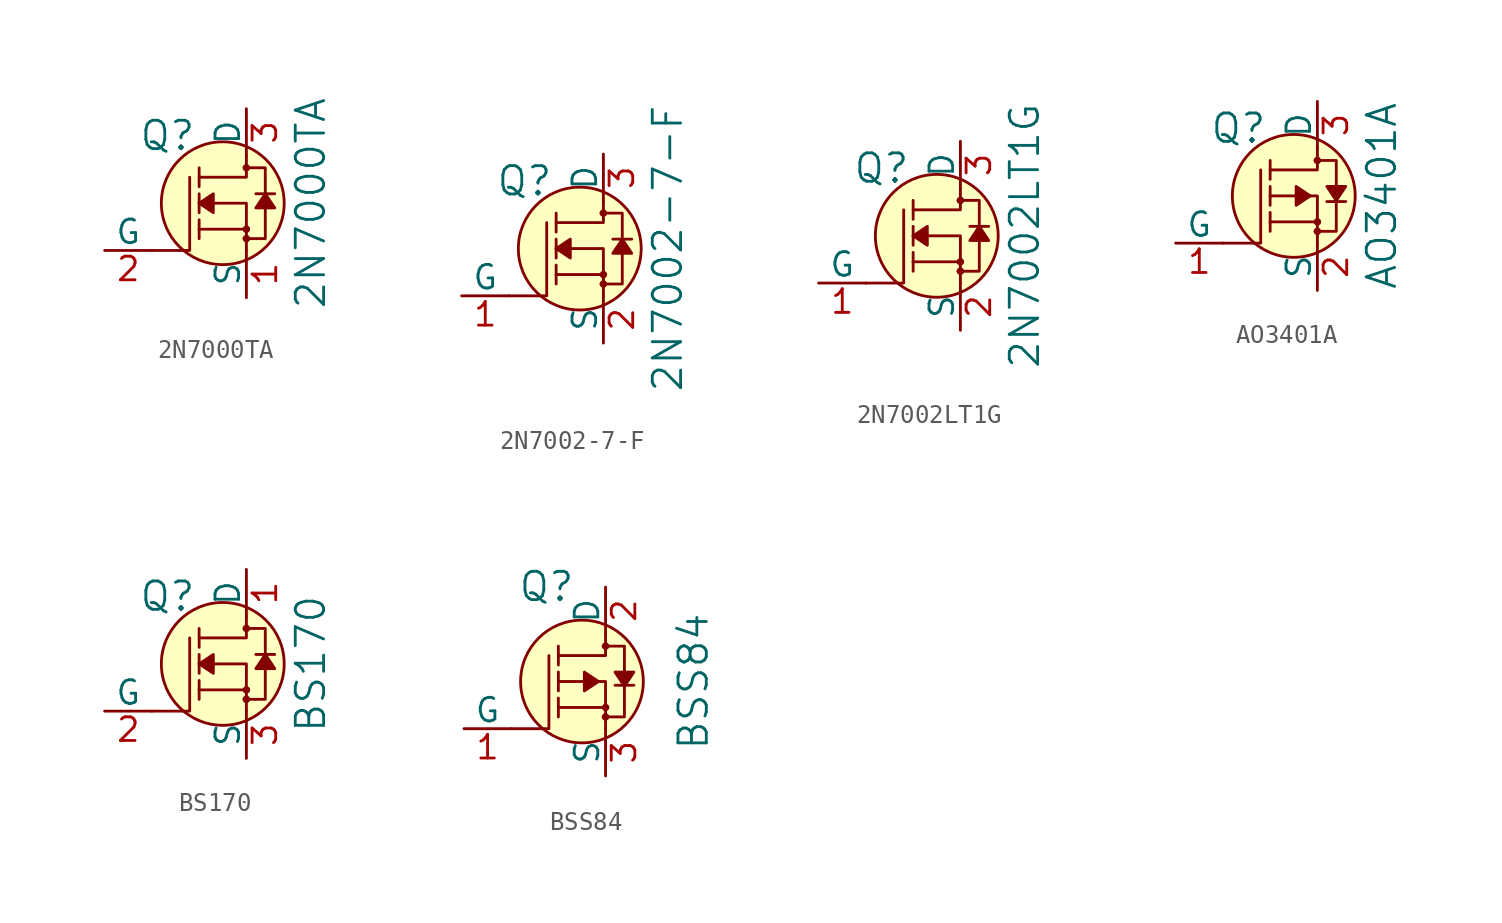
<source format=kicad_sym>
(kicad_symbol_lib
  (version 20211014)
  (generator kicad_symbol_editor)
  (symbol "2N7000TA"
    (pin_names
      (offset 0))
    (property "Reference" "Q"
      (at -2.692 3.632 0)
      (effects (font (size 1.524 1.524)) (justify right)))
    (property "Value" "2N7000TA"
      (at 3.454 0 90)
      (effects (font (size 1.524 1.524))))
    (symbol "2N7000TA_0_1"
      (circle (center -1.27 0) (radius 3.302) (stroke (width 0) (type default) (color 0 0 0 0)) (fill (type background)))
      (circle (center 0 -1.905) (radius 0.127) (stroke (width 0) (type default) (color 0 0 0 0)) (fill (type none)))
      (circle (center 0 -1.397) (radius 0.127) (stroke (width 0) (type default) (color 0 0 0 0)) (fill (type none)))
      (polyline (pts (xy 0 -1.397) (xy -2.54 -1.397)) (stroke (width 0) (type default) (color 0 0 0 0)) (fill (type none)))
      (polyline (pts (xy -5.08 -2.54) (xy -3.048 -2.54) (xy -3.048 1.397)) (stroke (width 0) (type default) (color 0 0 0 0)) (fill (type none)))
      (polyline (pts (xy 0 -2.54) (xy 0 0) (xy -2.54 0)) (stroke (width 0) (type default) (color 0 0 0 0)) (fill (type none)))
      (polyline (pts (xy 0 2.54) (xy 0 1.397) (xy -2.54 1.397)) (stroke (width 0) (type default) (color 0 0 0 0)) (fill (type none)))
      (polyline (pts (xy -0.127 -1.905) (xy 1.016 -1.905) (xy 1.016 1.397) (xy 1.016 1.905) (xy -0.127 1.905)) (stroke (width 0) (type default) (color 0 0 0 0)) (fill (type none)))
      (circle (center 0 1.905) (radius 0.127) (stroke (width 0) (type default) (color 0 0 0 0)) (fill (type none))))
    (symbol "2N7000TA_1_1"
      (polyline (pts (xy -2.54 -1.397) (xy -2.54 -1.905)) (stroke (width 0) (type default) (color 0 0 0 0)) (fill (type none)))
      (polyline (pts (xy -2.54 -1.397) (xy -2.54 -0.889)) (stroke (width 0) (type default) (color 0 0 0 0)) (fill (type none)))
      (polyline (pts (xy -2.54 0) (xy -2.54 -0.508)) (stroke (width 0) (type default) (color 0 0 0 0)) (fill (type none)))
      (polyline (pts (xy -2.54 0) (xy -2.54 0.508)) (stroke (width 0) (type default) (color 0 0 0 0)) (fill (type none)))
      (polyline (pts (xy -2.54 1.905) (xy -2.54 0.889)) (stroke (width 0) (type default) (color 0 0 0 0)) (fill (type none)))
      (polyline (pts (xy 1.524 0.508) (xy 0.508 0.508)) (stroke (width 0) (type default) (color 0 0 0 0)) (fill (type none)))
      (polyline (pts (xy -2.54 0) (xy -1.778 0.508) (xy -1.778 -0.508) (xy -2.54 0)) (stroke (width 0) (type default) (color 0 0 0 0)) (fill (type outline)))
      (polyline (pts (xy 1.016 0.508) (xy 0.508 -0.254) (xy 1.524 -0.254) (xy 1.016 0.508)) (stroke (width 0) (type default) (color 0 0 0 0)) (fill (type outline)))
      (pin bidirectional line (at 0 -5.08 90) (length 2.54) (name "S" (effects (font (size 1.27 1.27)))) (number "1" (effects (font (size 1.27 1.27)))))
      (pin bidirectional line (at -7.62 -2.54 0) (length 2.54) (name "G" (effects (font (size 1.27 1.27)))) (number "2" (effects (font (size 1.27 1.27)))))
      (pin bidirectional line (at 0 5.08 270) (length 2.54) (name "D" (effects (font (size 1.27 1.27)))) (number "3" (effects (font (size 1.27 1.27)))))))
  (symbol "2N7002-7-F"
    (pin_names
      (offset 0))
    (property "Reference" "Q"
      (at -2.692 3.632 0)
      (effects (font (size 1.524 1.524)) (justify right)))
    (property "Value" "2N7002-7-F"
      (at 3.454 0 90)
      (effects (font (size 1.524 1.524))))
    (symbol "2N7002-7-F_0_1"
      (circle (center -1.27 0) (radius 3.302) (stroke (width 0) (type default) (color 0 0 0 0)) (fill (type background)))
      (circle (center 0 -1.905) (radius 0.127) (stroke (width 0) (type default) (color 0 0 0 0)) (fill (type none)))
      (circle (center 0 -1.397) (radius 0.127) (stroke (width 0) (type default) (color 0 0 0 0)) (fill (type none)))
      (polyline (pts (xy 0 -1.397) (xy -2.54 -1.397)) (stroke (width 0) (type default) (color 0 0 0 0)) (fill (type none)))
      (polyline (pts (xy -5.08 -2.54) (xy -3.048 -2.54) (xy -3.048 1.397)) (stroke (width 0) (type default) (color 0 0 0 0)) (fill (type none)))
      (polyline (pts (xy 0 -2.54) (xy 0 0) (xy -2.54 0)) (stroke (width 0) (type default) (color 0 0 0 0)) (fill (type none)))
      (polyline (pts (xy 0 2.54) (xy 0 1.397) (xy -2.54 1.397)) (stroke (width 0) (type default) (color 0 0 0 0)) (fill (type none)))
      (polyline (pts (xy -0.127 -1.905) (xy 1.016 -1.905) (xy 1.016 1.397) (xy 1.016 1.905) (xy -0.127 1.905)) (stroke (width 0) (type default) (color 0 0 0 0)) (fill (type none)))
      (circle (center 0 1.905) (radius 0.127) (stroke (width 0) (type default) (color 0 0 0 0)) (fill (type none))))
    (symbol "2N7002-7-F_1_1"
      (polyline (pts (xy -2.54 -1.397) (xy -2.54 -1.905)) (stroke (width 0) (type default) (color 0 0 0 0)) (fill (type none)))
      (polyline (pts (xy -2.54 -1.397) (xy -2.54 -0.889)) (stroke (width 0) (type default) (color 0 0 0 0)) (fill (type none)))
      (polyline (pts (xy -2.54 0) (xy -2.54 -0.508)) (stroke (width 0) (type default) (color 0 0 0 0)) (fill (type none)))
      (polyline (pts (xy -2.54 0) (xy -2.54 0.508)) (stroke (width 0) (type default) (color 0 0 0 0)) (fill (type none)))
      (polyline (pts (xy -2.54 1.905) (xy -2.54 0.889)) (stroke (width 0) (type default) (color 0 0 0 0)) (fill (type none)))
      (polyline (pts (xy 1.524 0.508) (xy 0.508 0.508)) (stroke (width 0) (type default) (color 0 0 0 0)) (fill (type none)))
      (polyline (pts (xy -2.54 0) (xy -1.778 0.508) (xy -1.778 -0.508) (xy -2.54 0)) (stroke (width 0) (type default) (color 0 0 0 0)) (fill (type outline)))
      (polyline (pts (xy 1.016 0.508) (xy 0.508 -0.254) (xy 1.524 -0.254) (xy 1.016 0.508)) (stroke (width 0) (type default) (color 0 0 0 0)) (fill (type outline)))
      (pin bidirectional line (at -7.62 -2.54 0) (length 2.54) (name "G" (effects (font (size 1.27 1.27)))) (number "1" (effects (font (size 1.27 1.27)))))
      (pin bidirectional line (at 0 -5.08 90) (length 2.54) (name "S" (effects (font (size 1.27 1.27)))) (number "2" (effects (font (size 1.27 1.27)))))
      (pin bidirectional line (at 0 5.08 270) (length 2.54) (name "D" (effects (font (size 1.27 1.27)))) (number "3" (effects (font (size 1.27 1.27)))))))
  (symbol "2N7002LT1G"
    (pin_names
      (offset 0))
    (property "Reference" "Q"
      (at -2.692 3.632 0)
      (effects (font (size 1.524 1.524)) (justify right)))
    (property "Value" "2N7002LT1G"
      (at 3.454 0 90)
      (effects (font (size 1.524 1.524))))
    (symbol "2N7002LT1G_0_1"
      (circle (center -1.27 0) (radius 3.302) (stroke (width 0) (type default) (color 0 0 0 0)) (fill (type background)))
      (circle (center 0 -1.905) (radius 0.127) (stroke (width 0) (type default) (color 0 0 0 0)) (fill (type none)))
      (circle (center 0 -1.397) (radius 0.127) (stroke (width 0) (type default) (color 0 0 0 0)) (fill (type none)))
      (polyline (pts (xy 0 -1.397) (xy -2.54 -1.397)) (stroke (width 0) (type default) (color 0 0 0 0)) (fill (type none)))
      (polyline (pts (xy -5.08 -2.54) (xy -3.048 -2.54) (xy -3.048 1.397)) (stroke (width 0) (type default) (color 0 0 0 0)) (fill (type none)))
      (polyline (pts (xy 0 -2.54) (xy 0 0) (xy -2.54 0)) (stroke (width 0) (type default) (color 0 0 0 0)) (fill (type none)))
      (polyline (pts (xy 0 2.54) (xy 0 1.397) (xy -2.54 1.397)) (stroke (width 0) (type default) (color 0 0 0 0)) (fill (type none)))
      (polyline (pts (xy -0.127 -1.905) (xy 1.016 -1.905) (xy 1.016 1.397) (xy 1.016 1.905) (xy -0.127 1.905)) (stroke (width 0) (type default) (color 0 0 0 0)) (fill (type none)))
      (circle (center 0 1.905) (radius 0.127) (stroke (width 0) (type default) (color 0 0 0 0)) (fill (type none))))
    (symbol "2N7002LT1G_1_1"
      (polyline (pts (xy -2.54 -1.397) (xy -2.54 -1.905)) (stroke (width 0) (type default) (color 0 0 0 0)) (fill (type none)))
      (polyline (pts (xy -2.54 -1.397) (xy -2.54 -0.889)) (stroke (width 0) (type default) (color 0 0 0 0)) (fill (type none)))
      (polyline (pts (xy -2.54 0) (xy -2.54 -0.508)) (stroke (width 0) (type default) (color 0 0 0 0)) (fill (type none)))
      (polyline (pts (xy -2.54 0) (xy -2.54 0.508)) (stroke (width 0) (type default) (color 0 0 0 0)) (fill (type none)))
      (polyline (pts (xy -2.54 1.905) (xy -2.54 0.889)) (stroke (width 0) (type default) (color 0 0 0 0)) (fill (type none)))
      (polyline (pts (xy 1.524 0.508) (xy 0.508 0.508)) (stroke (width 0) (type default) (color 0 0 0 0)) (fill (type none)))
      (polyline (pts (xy -2.54 0) (xy -1.778 0.508) (xy -1.778 -0.508) (xy -2.54 0)) (stroke (width 0) (type default) (color 0 0 0 0)) (fill (type outline)))
      (polyline (pts (xy 1.016 0.508) (xy 0.508 -0.254) (xy 1.524 -0.254) (xy 1.016 0.508)) (stroke (width 0) (type default) (color 0 0 0 0)) (fill (type outline)))
      (pin bidirectional line (at -7.62 -2.54 0) (length 2.54) (name "G" (effects (font (size 1.27 1.27)))) (number "1" (effects (font (size 1.27 1.27)))))
      (pin bidirectional line (at 0 -5.08 90) (length 2.54) (name "S" (effects (font (size 1.27 1.27)))) (number "2" (effects (font (size 1.27 1.27)))))
      (pin bidirectional line (at 0 5.08 270) (length 2.54) (name "D" (effects (font (size 1.27 1.27)))) (number "3" (effects (font (size 1.27 1.27)))))))
  (symbol "AO3401A"
    (pin_names
      (offset 0))
    (property "Reference" "Q"
      (at -2.692 3.632 0)
      (effects (font (size 1.524 1.524)) (justify right)))
    (property "Value" "AO3401A"
      (at 3.454 0 90)
      (effects (font (size 1.524 1.524))))
    (symbol "AO3401A_0_1"
      (circle (center -1.27 0) (radius 3.302) (stroke (width 0) (type default) (color 0 0 0 0)) (fill (type background)))
      (circle (center 0 -1.905) (radius 0.127) (stroke (width 0) (type default) (color 0 0 0 0)) (fill (type none)))
      (circle (center 0 -1.397) (radius 0.127) (stroke (width 0) (type default) (color 0 0 0 0)) (fill (type none)))
      (polyline (pts (xy 0 -1.397) (xy -2.54 -1.397)) (stroke (width 0) (type default) (color 0 0 0 0)) (fill (type none)))
      (polyline (pts (xy -5.08 -2.54) (xy -3.048 -2.54) (xy -3.048 1.397)) (stroke (width 0) (type default) (color 0 0 0 0)) (fill (type none)))
      (polyline (pts (xy 0 -2.54) (xy 0 0) (xy -2.54 0)) (stroke (width 0) (type default) (color 0 0 0 0)) (fill (type none)))
      (polyline (pts (xy 0 2.54) (xy 0 1.397) (xy -2.54 1.397)) (stroke (width 0) (type default) (color 0 0 0 0)) (fill (type none)))
      (polyline (pts (xy -0.127 -1.905) (xy 1.016 -1.905) (xy 1.016 1.397) (xy 1.016 1.905) (xy -0.127 1.905)) (stroke (width 0) (type default) (color 0 0 0 0)) (fill (type none)))
      (circle (center 0 1.905) (radius 0.127) (stroke (width 0) (type default) (color 0 0 0 0)) (fill (type none))))
    (symbol "AO3401A_1_1"
      (polyline (pts (xy -2.54 -1.397) (xy -2.54 -1.905)) (stroke (width 0) (type default) (color 0 0 0 0)) (fill (type none)))
      (polyline (pts (xy -2.54 -1.397) (xy -2.54 -0.889)) (stroke (width 0) (type default) (color 0 0 0 0)) (fill (type none)))
      (polyline (pts (xy -2.54 0) (xy -2.54 -0.508)) (stroke (width 0) (type default) (color 0 0 0 0)) (fill (type none)))
      (polyline (pts (xy -2.54 0) (xy -2.54 0.508)) (stroke (width 0) (type default) (color 0 0 0 0)) (fill (type none)))
      (polyline (pts (xy -2.54 1.905) (xy -2.54 0.889)) (stroke (width 0) (type default) (color 0 0 0 0)) (fill (type none)))
      (polyline (pts (xy 1.524 -0.305) (xy 0.508 -0.305)) (stroke (width 0) (type default) (color 0 0 0 0)) (fill (type none)))
      (polyline (pts (xy -0.381 0) (xy -1.143 0.508) (xy -1.143 -0.508) (xy -0.381 0)) (stroke (width 0) (type default) (color 0 0 0 0)) (fill (type outline)))
      (polyline (pts (xy 1.016 -0.254) (xy 0.508 0.508) (xy 1.524 0.508) (xy 1.016 -0.254)) (stroke (width 0) (type default) (color 0 0 0 0)) (fill (type outline)))
      (pin bidirectional line (at -7.62 -2.54 0) (length 2.54) (name "G" (effects (font (size 1.27 1.27)))) (number "1" (effects (font (size 1.27 1.27)))))
      (pin bidirectional line (at 0 -5.08 90) (length 2.54) (name "S" (effects (font (size 1.27 1.27)))) (number "2" (effects (font (size 1.27 1.27)))))
      (pin bidirectional line (at 0 5.08 270) (length 2.54) (name "D" (effects (font (size 1.27 1.27)))) (number "3" (effects (font (size 1.27 1.27)))))))
  (symbol "BS170"
    (pin_names
      (offset 0))
    (property "Reference" "Q"
      (at -2.692 3.632 0)
      (effects (font (size 1.524 1.524)) (justify right)))
    (property "Value" "BS170"
      (at 3.454 0 90)
      (effects (font (size 1.524 1.524))))
    (symbol "BS170_0_1"
      (circle (center -1.27 0) (radius 3.302) (stroke (width 0) (type default) (color 0 0 0 0)) (fill (type background)))
      (circle (center 0 -1.905) (radius 0.127) (stroke (width 0) (type default) (color 0 0 0 0)) (fill (type none)))
      (circle (center 0 -1.397) (radius 0.127) (stroke (width 0) (type default) (color 0 0 0 0)) (fill (type none)))
      (polyline (pts (xy 0 -1.397) (xy -2.54 -1.397)) (stroke (width 0) (type default) (color 0 0 0 0)) (fill (type none)))
      (polyline (pts (xy -5.08 -2.54) (xy -3.048 -2.54) (xy -3.048 1.397)) (stroke (width 0) (type default) (color 0 0 0 0)) (fill (type none)))
      (polyline (pts (xy 0 -2.54) (xy 0 0) (xy -2.54 0)) (stroke (width 0) (type default) (color 0 0 0 0)) (fill (type none)))
      (polyline (pts (xy 0 2.54) (xy 0 1.397) (xy -2.54 1.397)) (stroke (width 0) (type default) (color 0 0 0 0)) (fill (type none)))
      (polyline (pts (xy -0.127 -1.905) (xy 1.016 -1.905) (xy 1.016 1.397) (xy 1.016 1.905) (xy -0.127 1.905)) (stroke (width 0) (type default) (color 0 0 0 0)) (fill (type none)))
      (circle (center 0 1.905) (radius 0.127) (stroke (width 0) (type default) (color 0 0 0 0)) (fill (type none))))
    (symbol "BS170_1_1"
      (polyline (pts (xy -2.54 -1.397) (xy -2.54 -1.905)) (stroke (width 0) (type default) (color 0 0 0 0)) (fill (type none)))
      (polyline (pts (xy -2.54 -1.397) (xy -2.54 -0.889)) (stroke (width 0) (type default) (color 0 0 0 0)) (fill (type none)))
      (polyline (pts (xy -2.54 0) (xy -2.54 -0.508)) (stroke (width 0) (type default) (color 0 0 0 0)) (fill (type none)))
      (polyline (pts (xy -2.54 0) (xy -2.54 0.508)) (stroke (width 0) (type default) (color 0 0 0 0)) (fill (type none)))
      (polyline (pts (xy -2.54 1.905) (xy -2.54 0.889)) (stroke (width 0) (type default) (color 0 0 0 0)) (fill (type none)))
      (polyline (pts (xy 1.524 0.508) (xy 0.508 0.508)) (stroke (width 0) (type default) (color 0 0 0 0)) (fill (type none)))
      (polyline (pts (xy -2.54 0) (xy -1.778 0.508) (xy -1.778 -0.508) (xy -2.54 0)) (stroke (width 0) (type default) (color 0 0 0 0)) (fill (type outline)))
      (polyline (pts (xy 1.016 0.508) (xy 0.508 -0.254) (xy 1.524 -0.254) (xy 1.016 0.508)) (stroke (width 0) (type default) (color 0 0 0 0)) (fill (type outline)))
      (pin bidirectional line (at 0 5.08 270) (length 2.54) (name "D" (effects (font (size 1.27 1.27)))) (number "1" (effects (font (size 1.27 1.27)))))
      (pin bidirectional line (at -7.62 -2.54 0) (length 2.54) (name "G" (effects (font (size 1.27 1.27)))) (number "2" (effects (font (size 1.27 1.27)))))
      (pin bidirectional line (at 0 -5.08 90) (length 2.54) (name "S" (effects (font (size 1.27 1.27)))) (number "3" (effects (font (size 1.27 1.27)))))))
  (symbol "BSS84"
    (pin_names
      (offset 0))
    (property "Reference" "Q"
      (at -1.626 5.105 0)
      (effects (font (size 1.524 1.524)) (justify right)))
    (property "Value" "BSS84"
      (at 4.724 0 90)
      (effects (font (size 1.524 1.524))))
    (symbol "BSS84_0_1"
      (circle (center -1.27 0) (radius 3.302) (stroke (width 0) (type default) (color 0 0 0 0)) (fill (type background)))
      (circle (center 0 -1.905) (radius 0.127) (stroke (width 0) (type default) (color 0 0 0 0)) (fill (type none)))
      (circle (center 0 -1.397) (radius 0.127) (stroke (width 0) (type default) (color 0 0 0 0)) (fill (type none)))
      (polyline (pts (xy 0 -1.397) (xy -2.54 -1.397)) (stroke (width 0) (type default) (color 0 0 0 0)) (fill (type none)))
      (polyline (pts (xy -5.08 -2.54) (xy -3.048 -2.54) (xy -3.048 1.397)) (stroke (width 0) (type default) (color 0 0 0 0)) (fill (type none)))
      (polyline (pts (xy 0 -2.54) (xy 0 0) (xy -2.54 0)) (stroke (width 0) (type default) (color 0 0 0 0)) (fill (type none)))
      (polyline (pts (xy 0 2.54) (xy 0 1.397) (xy -2.54 1.397)) (stroke (width 0) (type default) (color 0 0 0 0)) (fill (type none)))
      (polyline (pts (xy -0.127 -1.905) (xy 1.016 -1.905) (xy 1.016 1.397) (xy 1.016 1.905) (xy -0.127 1.905)) (stroke (width 0) (type default) (color 0 0 0 0)) (fill (type none)))
      (circle (center 0 1.905) (radius 0.127) (stroke (width 0) (type default) (color 0 0 0 0)) (fill (type none))))
    (symbol "BSS84_1_1"
      (polyline (pts (xy -2.54 -1.397) (xy -2.54 -1.905)) (stroke (width 0) (type default) (color 0 0 0 0)) (fill (type none)))
      (polyline (pts (xy -2.54 -1.397) (xy -2.54 -0.889)) (stroke (width 0) (type default) (color 0 0 0 0)) (fill (type none)))
      (polyline (pts (xy -2.54 0) (xy -2.54 -0.508)) (stroke (width 0) (type default) (color 0 0 0 0)) (fill (type none)))
      (polyline (pts (xy -2.54 0) (xy -2.54 0.508)) (stroke (width 0) (type default) (color 0 0 0 0)) (fill (type none)))
      (polyline (pts (xy -2.54 1.905) (xy -2.54 0.889)) (stroke (width 0) (type default) (color 0 0 0 0)) (fill (type none)))
      (polyline (pts (xy 1.524 -0.203) (xy 0.508 -0.203)) (stroke (width 0) (type default) (color 0 0 0 0)) (fill (type none)))
      (polyline (pts (xy -0.381 0) (xy -1.143 0.508) (xy -1.143 -0.508) (xy -0.381 0)) (stroke (width 0) (type default) (color 0 0 0 0)) (fill (type outline)))
      (polyline (pts (xy 1.016 -0.254) (xy 1.524 0.508) (xy 0.508 0.508) (xy 1.016 -0.254)) (stroke (width 0) (type default) (color 0 0 0 0)) (fill (type outline)))
      (pin bidirectional line (at -7.62 -2.54 0) (length 2.54) (name "G" (effects (font (size 1.27 1.27)))) (number "1" (effects (font (size 1.27 1.27)))))
      (pin bidirectional line (at 0 5.08 270) (length 2.54) (name "D" (effects (font (size 1.27 1.27)))) (number "2" (effects (font (size 1.27 1.27)))))
      (pin bidirectional line (at 0 -5.08 90) (length 2.54) (name "S" (effects (font (size 1.27 1.27)))) (number "3" (effects (font (size 1.27 1.27))))))))
</source>
